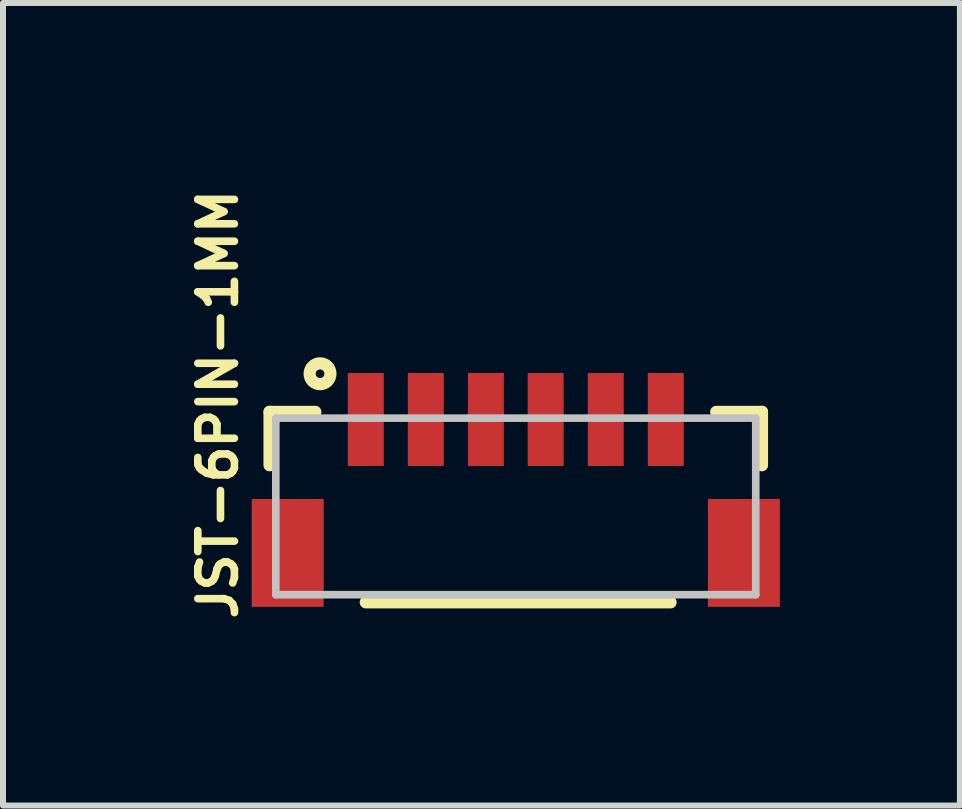
<source format=kicad_pcb>
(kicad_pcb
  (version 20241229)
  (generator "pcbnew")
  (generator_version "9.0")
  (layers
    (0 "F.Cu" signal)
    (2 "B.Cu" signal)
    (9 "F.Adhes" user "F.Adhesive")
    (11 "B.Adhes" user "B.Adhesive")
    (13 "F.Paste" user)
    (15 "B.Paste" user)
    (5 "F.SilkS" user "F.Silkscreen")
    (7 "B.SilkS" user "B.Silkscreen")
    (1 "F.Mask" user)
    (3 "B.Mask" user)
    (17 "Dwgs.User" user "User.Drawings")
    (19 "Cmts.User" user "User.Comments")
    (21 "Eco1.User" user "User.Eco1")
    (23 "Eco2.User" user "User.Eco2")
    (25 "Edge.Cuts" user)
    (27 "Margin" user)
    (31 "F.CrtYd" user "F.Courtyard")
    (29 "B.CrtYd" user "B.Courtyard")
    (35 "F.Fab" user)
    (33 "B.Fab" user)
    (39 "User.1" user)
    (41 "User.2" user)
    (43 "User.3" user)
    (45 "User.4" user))
  (footprint "JST-6PIN-1MM"
    (layer "F.Cu")
    (at 5.543 5.387)
    (property "Reference" "JST-6PIN-1MM" (at -4.963 -1.702 90) (layer "F.SilkS") (effects (font (size 0.61 0.61) (thickness 0.127))))
    (attr smd)
    (fp_line (start -4.102 -1.575) (end -4.102 -0.686) (stroke (width 0.203) (type solid)) (layer "F.SilkS"))
    (fp_line (start -3.34 -1.575) (end -4.102 -1.575) (stroke (width 0.203) (type solid)) (layer "F.SilkS"))
    (fp_line (start -2.499 1.598) (end 2.578 1.598) (stroke (width 0.203) (type solid)) (layer "F.SilkS"))
    (fp_line (start 3.34 -1.575) (end 4.102 -1.575) (stroke (width 0.203) (type solid)) (layer "F.SilkS"))
    (fp_line (start 4.102 -1.575) (end 4.102 -0.686) (stroke (width 0.203) (type solid)) (layer "F.SilkS"))
    (fp_circle (center -3.261 -2.21) (end -3.312 -2.261) (stroke (width 0.203) (type solid)) (fill no) (layer "F.SilkS"))
    (fp_line (start -3.998 -1.471) (end -3.998 1.471) (stroke (width 0.127) (type solid)) (layer "Dwgs.User"))
    (fp_line (start -3.998 1.471) (end 3.998 1.471) (stroke (width 0.127) (type solid)) (layer "Dwgs.User"))
    (fp_line (start 3.998 -1.471) (end -3.998 -1.471) (stroke (width 0.127) (type solid)) (layer "Dwgs.User"))
    (fp_line (start 3.998 1.471) (end 3.998 -1.471) (stroke (width 0.127) (type solid)) (layer "Dwgs.User"))
    (pad "1" smd rect (at -2.499 -1.448) (size 0.599 1.549) (layers "F.Cu" "F.Mask" "F.Paste"))
    (pad "2" smd rect (at -1.499 -1.448) (size 0.599 1.549) (layers "F.Cu" "F.Mask" "F.Paste"))
    (pad "3" smd rect (at -0.498 -1.448) (size 0.599 1.549) (layers "F.Cu" "F.Mask" "F.Paste"))
    (pad "4" smd rect (at 0.498 -1.448) (size 0.599 1.549) (layers "F.Cu" "F.Mask" "F.Paste"))
    (pad "5" smd rect (at 1.499 -1.448) (size 0.599 1.549) (layers "F.Cu" "F.Mask" "F.Paste"))
    (pad "6" smd rect (at 2.499 -1.448) (size 0.599 1.549) (layers "F.Cu" "F.Mask" "F.Paste"))
    (pad "P$1" smd rect (at -3.8 0.775) (size 1.199 1.798) (layers "F.Cu" "F.Mask" "F.Paste"))
    (pad "P$2" smd rect (at 3.8 0.775) (size 1.199 1.798) (layers "F.Cu" "F.Mask" "F.Paste")))
  (gr_rect
    (start -3 -3)
    (end 12.942 10.371)
    (stroke (width 0.1) (type default))
    (fill no)
    (layer "Edge.Cuts")))
</source>
